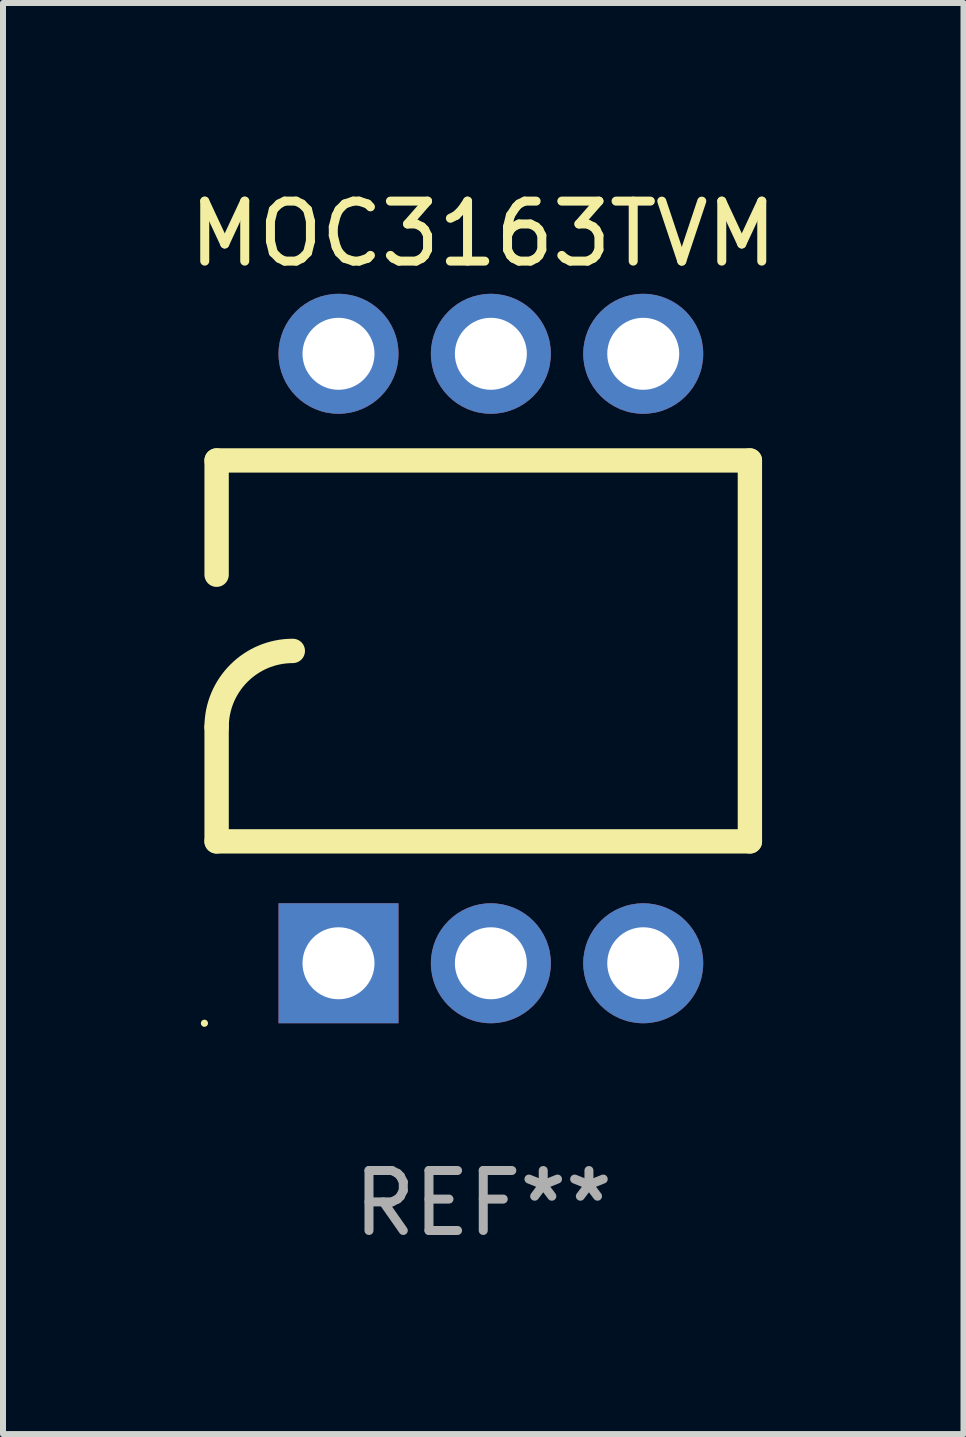
<source format=kicad_pcb>
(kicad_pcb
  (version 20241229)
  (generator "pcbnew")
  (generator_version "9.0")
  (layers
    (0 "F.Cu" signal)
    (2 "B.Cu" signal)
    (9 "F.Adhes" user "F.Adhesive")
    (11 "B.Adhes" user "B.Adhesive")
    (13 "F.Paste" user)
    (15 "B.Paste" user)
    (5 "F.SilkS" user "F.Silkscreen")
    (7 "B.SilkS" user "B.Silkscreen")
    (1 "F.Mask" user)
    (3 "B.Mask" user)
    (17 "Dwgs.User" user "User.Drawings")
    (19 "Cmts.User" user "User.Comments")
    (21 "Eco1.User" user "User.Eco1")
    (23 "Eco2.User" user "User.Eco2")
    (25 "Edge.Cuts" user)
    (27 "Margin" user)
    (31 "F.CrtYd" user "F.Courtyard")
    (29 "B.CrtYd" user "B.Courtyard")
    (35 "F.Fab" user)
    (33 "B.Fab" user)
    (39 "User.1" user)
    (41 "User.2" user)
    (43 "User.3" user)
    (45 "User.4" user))
  (footprint "MOC3163TVM"
    (layer "F.Cu")
    (at 5.006 7.928)
    (property "Reference" "MOC3163TVM" (at 0 -7.08 0) (layer "F.SilkS") (effects (font (size 1 1) (thickness 0.15))))
    (attr through_hole)
    (fp_line (start -4.445 -3.302) (end 4.445 -3.302) (stroke (width 0.406) (type solid)) (layer "F.SilkS"))
    (fp_line (start -4.445 -1.397) (end -4.445 -3.302) (stroke (width 0.406) (type solid)) (layer "F.SilkS"))
    (fp_line (start -4.445 3.048) (end -4.445 1.143) (stroke (width 0.406) (type solid)) (layer "F.SilkS"))
    (fp_line (start -4.445 3.048) (end 4.445 3.048) (stroke (width 0.406) (type solid)) (layer "F.SilkS"))
    (fp_line (start 4.445 -3.302) (end 4.445 3.048) (stroke (width 0.406) (type solid)) (layer "F.SilkS"))
    (fp_arc (start -4.444983 1.143002) (mid -4.073008 0.244974) (end -3.17498 -0.127) (stroke (width 0.4064) (type solid)) (layer "F.SilkS"))
    (fp_circle (center -4.648 6.08) (end -4.618 6.08) (stroke (width 0.06) (type solid)) (fill no) (layer "F.SilkS"))
    (fp_text user "REF**" (at 0 9.08 0) (layer "F.Fab") (effects (font (size 1 1) (thickness 0.15))))
    (pad "1" thru_hole rect (at -2.413 5.08 90) (size 2 2) (drill 1.2) (layers "*.Cu" "*.Mask"))
    (pad "2" thru_hole circle (at 0.127 5.08) (size 2 2) (drill 1.2) (layers "*.Cu" "*.Mask"))
    (pad "3" thru_hole circle (at 2.667 5.08) (size 2 2) (drill 1.2) (layers "*.Cu" "*.Mask"))
    (pad "4" thru_hole circle (at 2.667 -5.08) (size 2 2) (drill 1.2) (layers "*.Cu" "*.Mask"))
    (pad "5" thru_hole circle (at 0.127 -5.08) (size 2 2) (drill 1.2) (layers "*.Cu" "*.Mask"))
    (pad "6" thru_hole circle (at -2.413 -5.08) (size 2 2) (drill 1.2) (layers "*.Cu" "*.Mask")))
  (gr_rect
    (start -3 -3)
    (end 13.012 20.857)
    (stroke (width 0.1) (type default))
    (fill no)
    (layer "Edge.Cuts")))
</source>
